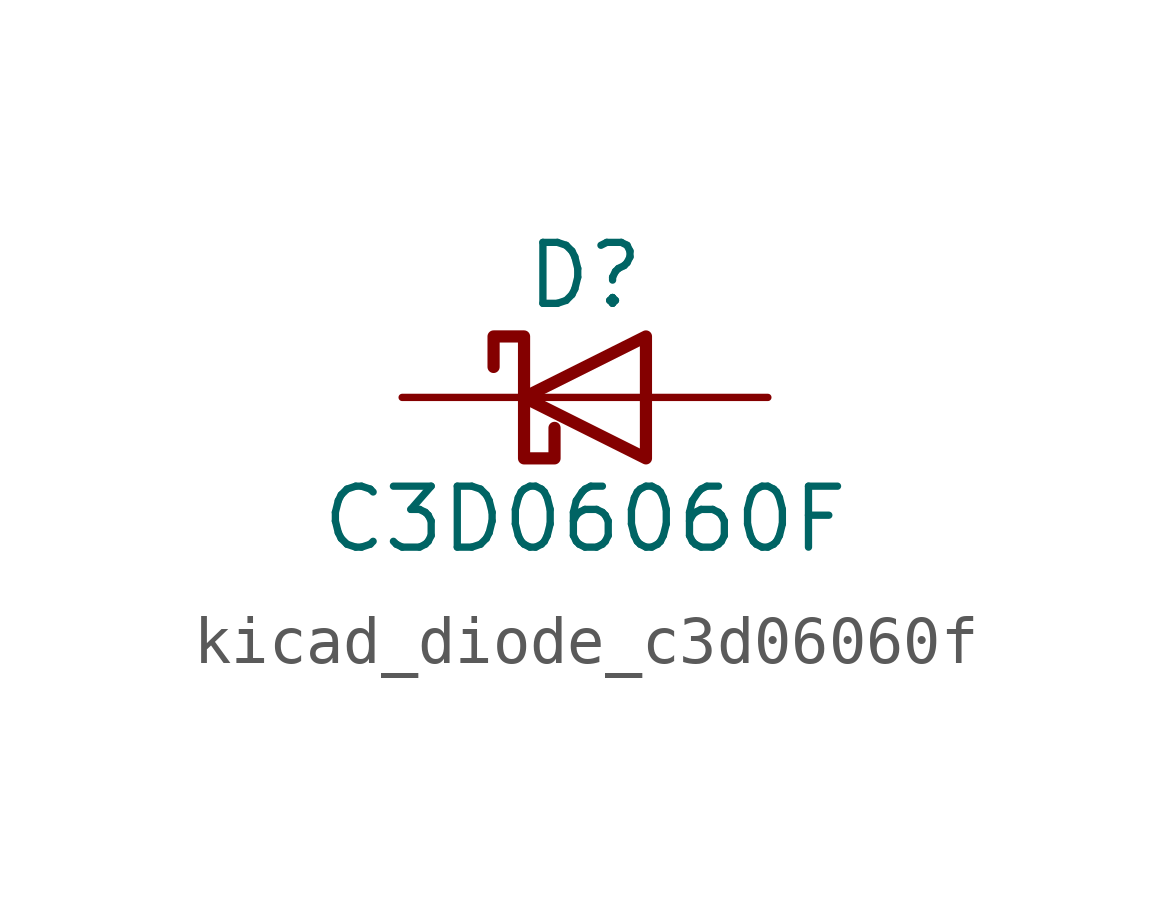
<source format=kicad_sym>
(kicad_symbol_lib
  (version 20220914)
  (generator kicad_symbol_editor)
  (symbol "kicad_diode_c3d06060f"
    (pin_numbers hide)
    (pin_names
      (offset 1.016) hide)
    (property "Reference" "D"
      (at 0 2.54 0)
      (effects (font (size 1.27 1.27))))
    (property "Value" "C3D06060F"
      (at 0 -2.54 0)
      (effects (font (size 1.27 1.27))))
    (symbol "kicad_diode_c3d06060f_0_1"
      (polyline (pts (xy 1.27 0) (xy -1.27 0)) (stroke (width 0) (type default)) (fill (type none)))
      (polyline (pts (xy 1.27 1.27) (xy 1.27 -1.27) (xy -1.27 0) (xy 1.27 1.27)) (stroke (width 0.254) (type default)) (fill (type none)))
      (polyline (pts (xy -1.905 0.635) (xy -1.905 1.27) (xy -1.27 1.27) (xy -1.27 -1.27) (xy -0.635 -1.27) (xy -0.635 -0.635)) (stroke (width 0.254) (type default)) (fill (type none))))
    (symbol "kicad_diode_c3d06060f_1_1"
      (pin passive line (at -3.81 0 0) (length 2.54) (name "K" (effects (font (size 1.27 1.27)))) (number "1" (effects (font (size 1.27 1.27)))))
      (pin passive line (at 3.81 0 180) (length 2.54) (name "A" (effects (font (size 1.27 1.27)))) (number "2" (effects (font (size 1.27 1.27))))))))
</source>
